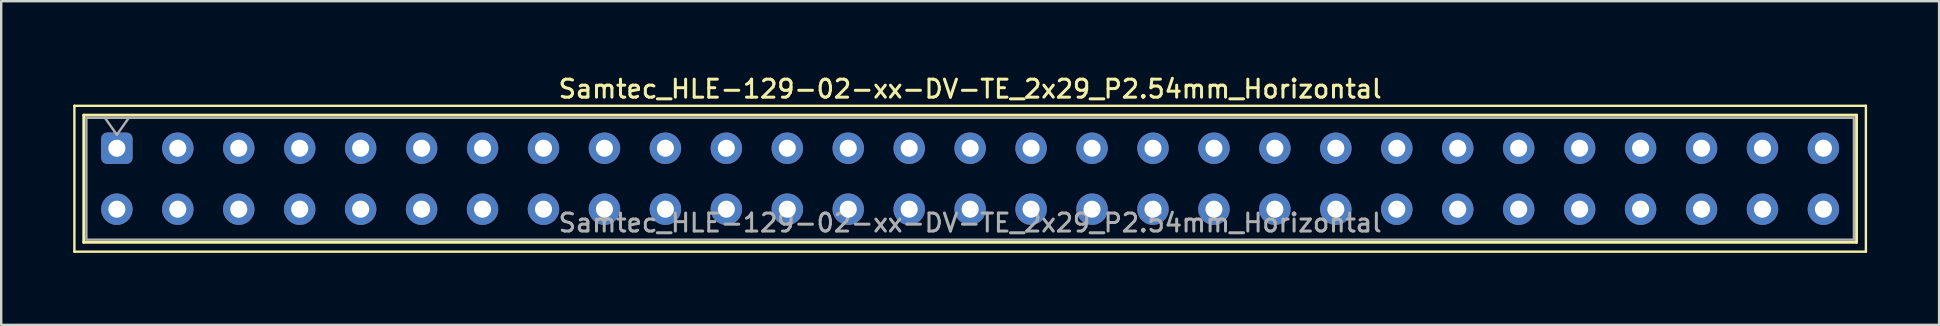
<source format=kicad_pcb>
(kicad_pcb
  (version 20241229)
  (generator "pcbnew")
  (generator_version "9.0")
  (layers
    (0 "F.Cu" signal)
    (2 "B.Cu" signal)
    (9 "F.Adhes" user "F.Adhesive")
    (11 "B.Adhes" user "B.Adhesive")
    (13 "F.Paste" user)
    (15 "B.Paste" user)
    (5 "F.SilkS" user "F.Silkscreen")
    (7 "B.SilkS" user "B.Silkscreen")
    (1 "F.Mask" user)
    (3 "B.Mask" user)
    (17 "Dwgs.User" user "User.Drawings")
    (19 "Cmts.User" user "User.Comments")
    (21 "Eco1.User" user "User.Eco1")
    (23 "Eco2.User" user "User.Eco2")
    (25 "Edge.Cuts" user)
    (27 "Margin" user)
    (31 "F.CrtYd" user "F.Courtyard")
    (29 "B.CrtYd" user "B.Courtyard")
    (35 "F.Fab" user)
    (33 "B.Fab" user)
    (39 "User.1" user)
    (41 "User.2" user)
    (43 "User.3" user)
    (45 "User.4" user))
  (footprint "Samtec_HLE-129-02-xx-DV-TE_2x29_P2.54mm_Horizontal"
    (layer "F.Cu")
    (at 1.82 3.128)
    (property "Reference" "Samtec_HLE-129-02-xx-DV-TE_2x29_P2.54mm_Horizontal" (at 35.56 -2.47 0) (layer "F.SilkS") (effects (font (size 0.75 0.75) (thickness 0.125))))
    (attr through_hole)
    (fp_line (start -1.77 -1.77) (end 72.89 -1.77) (stroke (width 0.1) (type solid)) (layer "F.SilkS"))
    (fp_line (start -1.77 4.31) (end -1.77 -1.77) (stroke (width 0.1) (type solid)) (layer "F.SilkS"))
    (fp_line (start -1.38 -1.38) (end 72.5 -1.38) (stroke (width 0.12) (type solid)) (layer "F.SilkS"))
    (fp_line (start -1.38 3.92) (end -1.38 -1.38) (stroke (width 0.12) (type solid)) (layer "F.SilkS"))
    (fp_line (start 72.5 -1.38) (end 72.5 3.92) (stroke (width 0.12) (type solid)) (layer "F.SilkS"))
    (fp_line (start 72.5 3.92) (end -1.38 3.92) (stroke (width 0.12) (type solid)) (layer "F.SilkS"))
    (fp_line (start 72.89 -1.77) (end 72.89 4.31) (stroke (width 0.1) (type solid)) (layer "F.SilkS"))
    (fp_line (start 72.89 4.31) (end -1.77 4.31) (stroke (width 0.1) (type solid)) (layer "F.SilkS"))
    (fp_line (start -1.27 -1.27) (end 72.39 -1.27) (stroke (width 0.1) (type solid)) (layer "F.Fab"))
    (fp_line (start -1.27 3.81) (end -1.27 -1.27) (stroke (width 0.1) (type solid)) (layer "F.Fab"))
    (fp_line (start -0.5 -1.27) (end 0 -0.563) (stroke (width 0.1) (type solid)) (layer "F.Fab"))
    (fp_line (start 0 -0.563) (end 0.5 -1.27) (stroke (width 0.1) (type solid)) (layer "F.Fab"))
    (fp_line (start 72.39 -1.27) (end 72.39 3.81) (stroke (width 0.1) (type solid)) (layer "F.Fab"))
    (fp_line (start 72.39 3.81) (end -1.27 3.81) (stroke (width 0.1) (type solid)) (layer "F.Fab"))
    (fp_text user "${REFERENCE}" (at 35.56 3.11 0) (layer "F.Fab") (effects (font (size 0.75 0.75) (thickness 0.125))))
    (pad "1" thru_hole roundrect (at 0 0) (size 1.31 1.31) (drill 0.71) (layers "*.Cu" "*.Mask") (roundrect_rratio 0.191))
    (pad "2" thru_hole circle (at 0 2.54) (size 1.31 1.31) (drill 0.71) (layers "*.Cu" "*.Mask"))
    (pad "3" thru_hole circle (at 2.54 0) (size 1.31 1.31) (drill 0.71) (layers "*.Cu" "*.Mask"))
    (pad "4" thru_hole circle (at 2.54 2.54) (size 1.31 1.31) (drill 0.71) (layers "*.Cu" "*.Mask"))
    (pad "5" thru_hole circle (at 5.08 0) (size 1.31 1.31) (drill 0.71) (layers "*.Cu" "*.Mask"))
    (pad "6" thru_hole circle (at 5.08 2.54) (size 1.31 1.31) (drill 0.71) (layers "*.Cu" "*.Mask"))
    (pad "7" thru_hole circle (at 7.62 0) (size 1.31 1.31) (drill 0.71) (layers "*.Cu" "*.Mask"))
    (pad "8" thru_hole circle (at 7.62 2.54) (size 1.31 1.31) (drill 0.71) (layers "*.Cu" "*.Mask"))
    (pad "9" thru_hole circle (at 10.16 0) (size 1.31 1.31) (drill 0.71) (layers "*.Cu" "*.Mask"))
    (pad "10" thru_hole circle (at 10.16 2.54) (size 1.31 1.31) (drill 0.71) (layers "*.Cu" "*.Mask"))
    (pad "11" thru_hole circle (at 12.7 0) (size 1.31 1.31) (drill 0.71) (layers "*.Cu" "*.Mask"))
    (pad "12" thru_hole circle (at 12.7 2.54) (size 1.31 1.31) (drill 0.71) (layers "*.Cu" "*.Mask"))
    (pad "13" thru_hole circle (at 15.24 0) (size 1.31 1.31) (drill 0.71) (layers "*.Cu" "*.Mask"))
    (pad "14" thru_hole circle (at 15.24 2.54) (size 1.31 1.31) (drill 0.71) (layers "*.Cu" "*.Mask"))
    (pad "15" thru_hole circle (at 17.78 0) (size 1.31 1.31) (drill 0.71) (layers "*.Cu" "*.Mask"))
    (pad "16" thru_hole circle (at 17.78 2.54) (size 1.31 1.31) (drill 0.71) (layers "*.Cu" "*.Mask"))
    (pad "17" thru_hole circle (at 20.32 0) (size 1.31 1.31) (drill 0.71) (layers "*.Cu" "*.Mask"))
    (pad "18" thru_hole circle (at 20.32 2.54) (size 1.31 1.31) (drill 0.71) (layers "*.Cu" "*.Mask"))
    (pad "19" thru_hole circle (at 22.86 0) (size 1.31 1.31) (drill 0.71) (layers "*.Cu" "*.Mask"))
    (pad "20" thru_hole circle (at 22.86 2.54) (size 1.31 1.31) (drill 0.71) (layers "*.Cu" "*.Mask"))
    (pad "21" thru_hole circle (at 25.4 0) (size 1.31 1.31) (drill 0.71) (layers "*.Cu" "*.Mask"))
    (pad "22" thru_hole circle (at 25.4 2.54) (size 1.31 1.31) (drill 0.71) (layers "*.Cu" "*.Mask"))
    (pad "23" thru_hole circle (at 27.94 0) (size 1.31 1.31) (drill 0.71) (layers "*.Cu" "*.Mask"))
    (pad "24" thru_hole circle (at 27.94 2.54) (size 1.31 1.31) (drill 0.71) (layers "*.Cu" "*.Mask"))
    (pad "25" thru_hole circle (at 30.48 0) (size 1.31 1.31) (drill 0.71) (layers "*.Cu" "*.Mask"))
    (pad "26" thru_hole circle (at 30.48 2.54) (size 1.31 1.31) (drill 0.71) (layers "*.Cu" "*.Mask"))
    (pad "27" thru_hole circle (at 33.02 0) (size 1.31 1.31) (drill 0.71) (layers "*.Cu" "*.Mask"))
    (pad "28" thru_hole circle (at 33.02 2.54) (size 1.31 1.31) (drill 0.71) (layers "*.Cu" "*.Mask"))
    (pad "29" thru_hole circle (at 35.56 0) (size 1.31 1.31) (drill 0.71) (layers "*.Cu" "*.Mask"))
    (pad "30" thru_hole circle (at 35.56 2.54) (size 1.31 1.31) (drill 0.71) (layers "*.Cu" "*.Mask"))
    (pad "31" thru_hole circle (at 38.1 0) (size 1.31 1.31) (drill 0.71) (layers "*.Cu" "*.Mask"))
    (pad "32" thru_hole circle (at 38.1 2.54) (size 1.31 1.31) (drill 0.71) (layers "*.Cu" "*.Mask"))
    (pad "33" thru_hole circle (at 40.64 0) (size 1.31 1.31) (drill 0.71) (layers "*.Cu" "*.Mask"))
    (pad "34" thru_hole circle (at 40.64 2.54) (size 1.31 1.31) (drill 0.71) (layers "*.Cu" "*.Mask"))
    (pad "35" thru_hole circle (at 43.18 0) (size 1.31 1.31) (drill 0.71) (layers "*.Cu" "*.Mask"))
    (pad "36" thru_hole circle (at 43.18 2.54) (size 1.31 1.31) (drill 0.71) (layers "*.Cu" "*.Mask"))
    (pad "37" thru_hole circle (at 45.72 0) (size 1.31 1.31) (drill 0.71) (layers "*.Cu" "*.Mask"))
    (pad "38" thru_hole circle (at 45.72 2.54) (size 1.31 1.31) (drill 0.71) (layers "*.Cu" "*.Mask"))
    (pad "39" thru_hole circle (at 48.26 0) (size 1.31 1.31) (drill 0.71) (layers "*.Cu" "*.Mask"))
    (pad "40" thru_hole circle (at 48.26 2.54) (size 1.31 1.31) (drill 0.71) (layers "*.Cu" "*.Mask"))
    (pad "41" thru_hole circle (at 50.8 0) (size 1.31 1.31) (drill 0.71) (layers "*.Cu" "*.Mask"))
    (pad "42" thru_hole circle (at 50.8 2.54) (size 1.31 1.31) (drill 0.71) (layers "*.Cu" "*.Mask"))
    (pad "43" thru_hole circle (at 53.34 0) (size 1.31 1.31) (drill 0.71) (layers "*.Cu" "*.Mask"))
    (pad "44" thru_hole circle (at 53.34 2.54) (size 1.31 1.31) (drill 0.71) (layers "*.Cu" "*.Mask"))
    (pad "45" thru_hole circle (at 55.88 0) (size 1.31 1.31) (drill 0.71) (layers "*.Cu" "*.Mask"))
    (pad "46" thru_hole circle (at 55.88 2.54) (size 1.31 1.31) (drill 0.71) (layers "*.Cu" "*.Mask"))
    (pad "47" thru_hole circle (at 58.42 0) (size 1.31 1.31) (drill 0.71) (layers "*.Cu" "*.Mask"))
    (pad "48" thru_hole circle (at 58.42 2.54) (size 1.31 1.31) (drill 0.71) (layers "*.Cu" "*.Mask"))
    (pad "49" thru_hole circle (at 60.96 0) (size 1.31 1.31) (drill 0.71) (layers "*.Cu" "*.Mask"))
    (pad "50" thru_hole circle (at 60.96 2.54) (size 1.31 1.31) (drill 0.71) (layers "*.Cu" "*.Mask"))
    (pad "51" thru_hole circle (at 63.5 0) (size 1.31 1.31) (drill 0.71) (layers "*.Cu" "*.Mask"))
    (pad "52" thru_hole circle (at 63.5 2.54) (size 1.31 1.31) (drill 0.71) (layers "*.Cu" "*.Mask"))
    (pad "53" thru_hole circle (at 66.04 0) (size 1.31 1.31) (drill 0.71) (layers "*.Cu" "*.Mask"))
    (pad "54" thru_hole circle (at 66.04 2.54) (size 1.31 1.31) (drill 0.71) (layers "*.Cu" "*.Mask"))
    (pad "55" thru_hole circle (at 68.58 0) (size 1.31 1.31) (drill 0.71) (layers "*.Cu" "*.Mask"))
    (pad "56" thru_hole circle (at 68.58 2.54) (size 1.31 1.31) (drill 0.71) (layers "*.Cu" "*.Mask"))
    (pad "57" thru_hole circle (at 71.12 0) (size 1.31 1.31) (drill 0.71) (layers "*.Cu" "*.Mask"))
    (pad "58" thru_hole circle (at 71.12 2.54) (size 1.31 1.31) (drill 0.71) (layers "*.Cu" "*.Mask")))
  (gr_rect
    (start -3 -3)
    (end 77.76 10.488)
    (stroke (width 0.1) (type default))
    (fill no)
    (layer "Edge.Cuts")))
</source>
